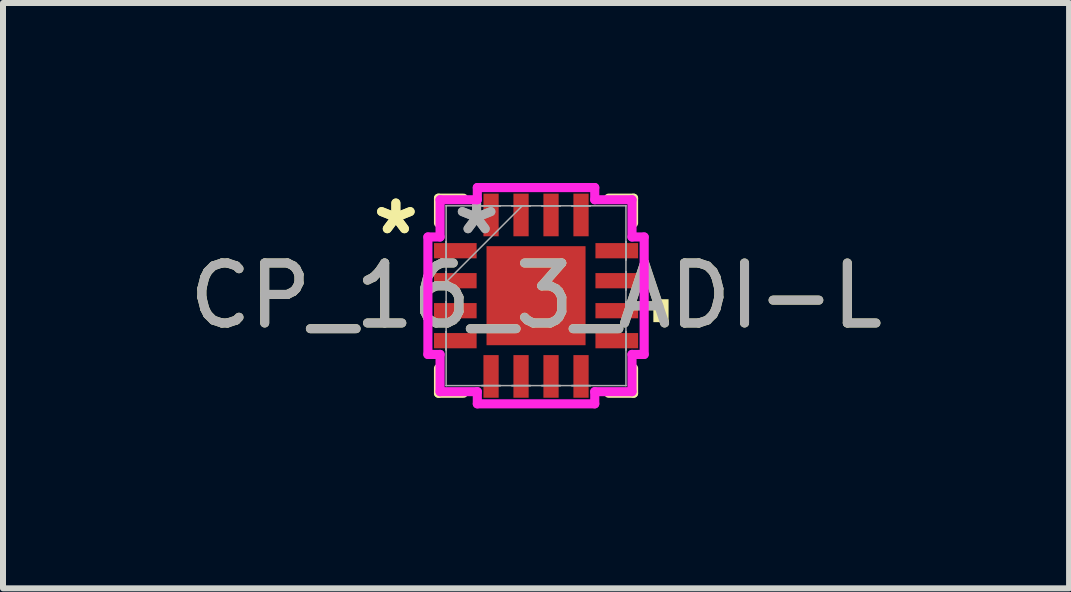
<source format=kicad_pcb>
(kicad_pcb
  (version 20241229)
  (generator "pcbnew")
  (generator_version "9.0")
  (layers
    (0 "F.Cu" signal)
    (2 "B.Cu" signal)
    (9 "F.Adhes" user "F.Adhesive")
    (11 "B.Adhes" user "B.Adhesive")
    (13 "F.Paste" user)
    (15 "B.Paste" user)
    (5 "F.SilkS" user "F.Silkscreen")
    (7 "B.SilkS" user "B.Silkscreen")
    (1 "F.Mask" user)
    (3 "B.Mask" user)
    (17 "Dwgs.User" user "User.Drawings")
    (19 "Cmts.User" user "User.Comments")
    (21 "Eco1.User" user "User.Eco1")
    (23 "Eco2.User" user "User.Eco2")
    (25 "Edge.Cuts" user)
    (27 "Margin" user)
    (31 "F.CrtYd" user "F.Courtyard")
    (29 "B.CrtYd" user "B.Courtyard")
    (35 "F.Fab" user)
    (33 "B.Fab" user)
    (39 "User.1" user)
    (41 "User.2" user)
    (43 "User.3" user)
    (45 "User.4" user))
  (footprint "CP_16_3_ADI-L"
    (layer "F.Cu")
    (at 5.887 1.88)
    (property "Reference" "CP_16_3_ADI-L" (at 0 0 0) (unlocked yes) (layer "F.SilkS") (effects (font (size 1 1) (thickness 0.15))))
    (attr smd)
    (fp_line (start -1.626 -1.626) (end -1.626 -1.21) (stroke (width 0.152) (type solid)) (layer "F.SilkS"))
    (fp_line (start -1.626 1.21) (end -1.626 1.626) (stroke (width 0.152) (type solid)) (layer "F.SilkS"))
    (fp_line (start -1.626 1.626) (end -1.21 1.626) (stroke (width 0.152) (type solid)) (layer "F.SilkS"))
    (fp_line (start -1.21 -1.626) (end -1.626 -1.626) (stroke (width 0.152) (type solid)) (layer "F.SilkS"))
    (fp_line (start 1.21 1.626) (end 1.626 1.626) (stroke (width 0.152) (type solid)) (layer "F.SilkS"))
    (fp_line (start 1.626 -1.626) (end 1.21 -1.626) (stroke (width 0.152) (type solid)) (layer "F.SilkS"))
    (fp_line (start 1.626 -1.21) (end 1.626 -1.626) (stroke (width 0.152) (type solid)) (layer "F.SilkS"))
    (fp_line (start 1.626 1.626) (end 1.626 1.21) (stroke (width 0.152) (type solid)) (layer "F.SilkS"))
    (fp_poly (pts (xy 2.21 0.059) (xy 2.21 0.441) (xy 1.956 0.441) (xy 1.956 0.059)) (stroke (width 0) (type solid)) (fill yes) (layer "F.SilkS"))
    (fp_line (start -1.803 -0.979) (end -1.6 -0.979) (stroke (width 0.152) (type solid)) (layer "F.CrtYd"))
    (fp_line (start -1.803 0.979) (end -1.803 -0.979) (stroke (width 0.152) (type solid)) (layer "F.CrtYd"))
    (fp_line (start -1.6 -1.6) (end -0.979 -1.6) (stroke (width 0.152) (type solid)) (layer "F.CrtYd"))
    (fp_line (start -1.6 -0.979) (end -1.6 -1.6) (stroke (width 0.152) (type solid)) (layer "F.CrtYd"))
    (fp_line (start -1.6 0.979) (end -1.803 0.979) (stroke (width 0.152) (type solid)) (layer "F.CrtYd"))
    (fp_line (start -1.6 1.6) (end -1.6 0.979) (stroke (width 0.152) (type solid)) (layer "F.CrtYd"))
    (fp_line (start -0.979 -1.803) (end 0.979 -1.803) (stroke (width 0.152) (type solid)) (layer "F.CrtYd"))
    (fp_line (start -0.979 -1.6) (end -0.979 -1.803) (stroke (width 0.152) (type solid)) (layer "F.CrtYd"))
    (fp_line (start -0.979 1.6) (end -1.6 1.6) (stroke (width 0.152) (type solid)) (layer "F.CrtYd"))
    (fp_line (start -0.979 1.803) (end -0.979 1.6) (stroke (width 0.152) (type solid)) (layer "F.CrtYd"))
    (fp_line (start 0.979 -1.803) (end 0.979 -1.6) (stroke (width 0.152) (type solid)) (layer "F.CrtYd"))
    (fp_line (start 0.979 -1.6) (end 1.6 -1.6) (stroke (width 0.152) (type solid)) (layer "F.CrtYd"))
    (fp_line (start 0.979 1.6) (end 0.979 1.803) (stroke (width 0.152) (type solid)) (layer "F.CrtYd"))
    (fp_line (start 0.979 1.803) (end -0.979 1.803) (stroke (width 0.152) (type solid)) (layer "F.CrtYd"))
    (fp_line (start 1.6 -1.6) (end 1.6 -0.979) (stroke (width 0.152) (type solid)) (layer "F.CrtYd"))
    (fp_line (start 1.6 -0.979) (end 1.803 -0.979) (stroke (width 0.152) (type solid)) (layer "F.CrtYd"))
    (fp_line (start 1.6 0.979) (end 1.6 1.6) (stroke (width 0.152) (type solid)) (layer "F.CrtYd"))
    (fp_line (start 1.6 1.6) (end 0.979 1.6) (stroke (width 0.152) (type solid)) (layer "F.CrtYd"))
    (fp_line (start 1.803 -0.979) (end 1.803 0.979) (stroke (width 0.152) (type solid)) (layer "F.CrtYd"))
    (fp_line (start 1.803 0.979) (end 1.6 0.979) (stroke (width 0.152) (type solid)) (layer "F.CrtYd"))
    (fp_line (start -1.499 -1.499) (end -1.499 -1.499) (stroke (width 0.025) (type solid)) (layer "F.Fab"))
    (fp_line (start -1.499 -1.499) (end -1.499 1.499) (stroke (width 0.025) (type solid)) (layer "F.Fab"))
    (fp_line (start -1.499 -0.902) (end -1.499 -0.902) (stroke (width 0.025) (type solid)) (layer "F.Fab"))
    (fp_line (start -1.499 -0.902) (end -1.499 -0.598) (stroke (width 0.025) (type solid)) (layer "F.Fab"))
    (fp_line (start -1.499 -0.598) (end -1.499 -0.902) (stroke (width 0.025) (type solid)) (layer "F.Fab"))
    (fp_line (start -1.499 -0.598) (end -1.499 -0.598) (stroke (width 0.025) (type solid)) (layer "F.Fab"))
    (fp_line (start -1.499 -0.402) (end -1.499 -0.402) (stroke (width 0.025) (type solid)) (layer "F.Fab"))
    (fp_line (start -1.499 -0.402) (end -1.499 -0.098) (stroke (width 0.025) (type solid)) (layer "F.Fab"))
    (fp_line (start -1.499 -0.229) (end -0.229 -1.499) (stroke (width 0.025) (type solid)) (layer "F.Fab"))
    (fp_line (start -1.499 -0.098) (end -1.499 -0.402) (stroke (width 0.025) (type solid)) (layer "F.Fab"))
    (fp_line (start -1.499 -0.098) (end -1.499 -0.098) (stroke (width 0.025) (type solid)) (layer "F.Fab"))
    (fp_line (start -1.499 0.098) (end -1.499 0.098) (stroke (width 0.025) (type solid)) (layer "F.Fab"))
    (fp_line (start -1.499 0.098) (end -1.499 0.402) (stroke (width 0.025) (type solid)) (layer "F.Fab"))
    (fp_line (start -1.499 0.402) (end -1.499 0.098) (stroke (width 0.025) (type solid)) (layer "F.Fab"))
    (fp_line (start -1.499 0.402) (end -1.499 0.402) (stroke (width 0.025) (type solid)) (layer "F.Fab"))
    (fp_line (start -1.499 0.598) (end -1.499 0.598) (stroke (width 0.025) (type solid)) (layer "F.Fab"))
    (fp_line (start -1.499 0.598) (end -1.499 0.902) (stroke (width 0.025) (type solid)) (layer "F.Fab"))
    (fp_line (start -1.499 0.902) (end -1.499 0.598) (stroke (width 0.025) (type solid)) (layer "F.Fab"))
    (fp_line (start -1.499 0.902) (end -1.499 0.902) (stroke (width 0.025) (type solid)) (layer "F.Fab"))
    (fp_line (start -1.499 1.499) (end -1.499 1.499) (stroke (width 0.025) (type solid)) (layer "F.Fab"))
    (fp_line (start -1.499 1.499) (end 1.499 1.499) (stroke (width 0.025) (type solid)) (layer "F.Fab"))
    (fp_line (start -0.902 -1.499) (end -0.902 -1.499) (stroke (width 0.025) (type solid)) (layer "F.Fab"))
    (fp_line (start -0.902 -1.499) (end -0.598 -1.499) (stroke (width 0.025) (type solid)) (layer "F.Fab"))
    (fp_line (start -0.902 1.499) (end -0.902 1.499) (stroke (width 0.025) (type solid)) (layer "F.Fab"))
    (fp_line (start -0.902 1.499) (end -0.598 1.499) (stroke (width 0.025) (type solid)) (layer "F.Fab"))
    (fp_line (start -0.598 -1.499) (end -0.902 -1.499) (stroke (width 0.025) (type solid)) (layer "F.Fab"))
    (fp_line (start -0.598 -1.499) (end -0.598 -1.499) (stroke (width 0.025) (type solid)) (layer "F.Fab"))
    (fp_line (start -0.598 1.499) (end -0.902 1.499) (stroke (width 0.025) (type solid)) (layer "F.Fab"))
    (fp_line (start -0.598 1.499) (end -0.598 1.499) (stroke (width 0.025) (type solid)) (layer "F.Fab"))
    (fp_line (start -0.402 -1.499) (end -0.402 -1.499) (stroke (width 0.025) (type solid)) (layer "F.Fab"))
    (fp_line (start -0.402 -1.499) (end -0.098 -1.499) (stroke (width 0.025) (type solid)) (layer "F.Fab"))
    (fp_line (start -0.402 1.499) (end -0.402 1.499) (stroke (width 0.025) (type solid)) (layer "F.Fab"))
    (fp_line (start -0.402 1.499) (end -0.098 1.499) (stroke (width 0.025) (type solid)) (layer "F.Fab"))
    (fp_line (start -0.098 -1.499) (end -0.402 -1.499) (stroke (width 0.025) (type solid)) (layer "F.Fab"))
    (fp_line (start -0.098 -1.499) (end -0.098 -1.499) (stroke (width 0.025) (type solid)) (layer "F.Fab"))
    (fp_line (start -0.098 1.499) (end -0.402 1.499) (stroke (width 0.025) (type solid)) (layer "F.Fab"))
    (fp_line (start -0.098 1.499) (end -0.098 1.499) (stroke (width 0.025) (type solid)) (layer "F.Fab"))
    (fp_line (start 0.098 -1.499) (end 0.098 -1.499) (stroke (width 0.025) (type solid)) (layer "F.Fab"))
    (fp_line (start 0.098 -1.499) (end 0.402 -1.499) (stroke (width 0.025) (type solid)) (layer "F.Fab"))
    (fp_line (start 0.098 1.499) (end 0.098 1.499) (stroke (width 0.025) (type solid)) (layer "F.Fab"))
    (fp_line (start 0.098 1.499) (end 0.402 1.499) (stroke (width 0.025) (type solid)) (layer "F.Fab"))
    (fp_line (start 0.402 -1.499) (end 0.098 -1.499) (stroke (width 0.025) (type solid)) (layer "F.Fab"))
    (fp_line (start 0.402 -1.499) (end 0.402 -1.499) (stroke (width 0.025) (type solid)) (layer "F.Fab"))
    (fp_line (start 0.402 1.499) (end 0.098 1.499) (stroke (width 0.025) (type solid)) (layer "F.Fab"))
    (fp_line (start 0.402 1.499) (end 0.402 1.499) (stroke (width 0.025) (type solid)) (layer "F.Fab"))
    (fp_line (start 0.598 -1.499) (end 0.598 -1.499) (stroke (width 0.025) (type solid)) (layer "F.Fab"))
    (fp_line (start 0.598 -1.499) (end 0.902 -1.499) (stroke (width 0.025) (type solid)) (layer "F.Fab"))
    (fp_line (start 0.598 1.499) (end 0.598 1.499) (stroke (width 0.025) (type solid)) (layer "F.Fab"))
    (fp_line (start 0.598 1.499) (end 0.902 1.499) (stroke (width 0.025) (type solid)) (layer "F.Fab"))
    (fp_line (start 0.902 -1.499) (end 0.598 -1.499) (stroke (width 0.025) (type solid)) (layer "F.Fab"))
    (fp_line (start 0.902 -1.499) (end 0.902 -1.499) (stroke (width 0.025) (type solid)) (layer "F.Fab"))
    (fp_line (start 0.902 1.499) (end 0.598 1.499) (stroke (width 0.025) (type solid)) (layer "F.Fab"))
    (fp_line (start 0.902 1.499) (end 0.902 1.499) (stroke (width 0.025) (type solid)) (layer "F.Fab"))
    (fp_line (start 1.499 -1.499) (end -1.499 -1.499) (stroke (width 0.025) (type solid)) (layer "F.Fab"))
    (fp_line (start 1.499 -1.499) (end 1.499 -1.499) (stroke (width 0.025) (type solid)) (layer "F.Fab"))
    (fp_line (start 1.499 -0.902) (end 1.499 -0.902) (stroke (width 0.025) (type solid)) (layer "F.Fab"))
    (fp_line (start 1.499 -0.902) (end 1.499 -0.598) (stroke (width 0.025) (type solid)) (layer "F.Fab"))
    (fp_line (start 1.499 -0.598) (end 1.499 -0.902) (stroke (width 0.025) (type solid)) (layer "F.Fab"))
    (fp_line (start 1.499 -0.598) (end 1.499 -0.598) (stroke (width 0.025) (type solid)) (layer "F.Fab"))
    (fp_line (start 1.499 -0.402) (end 1.499 -0.402) (stroke (width 0.025) (type solid)) (layer "F.Fab"))
    (fp_line (start 1.499 -0.402) (end 1.499 -0.098) (stroke (width 0.025) (type solid)) (layer "F.Fab"))
    (fp_line (start 1.499 -0.098) (end 1.499 -0.402) (stroke (width 0.025) (type solid)) (layer "F.Fab"))
    (fp_line (start 1.499 -0.098) (end 1.499 -0.098) (stroke (width 0.025) (type solid)) (layer "F.Fab"))
    (fp_line (start 1.499 0.098) (end 1.499 0.098) (stroke (width 0.025) (type solid)) (layer "F.Fab"))
    (fp_line (start 1.499 0.098) (end 1.499 0.402) (stroke (width 0.025) (type solid)) (layer "F.Fab"))
    (fp_line (start 1.499 0.402) (end 1.499 0.098) (stroke (width 0.025) (type solid)) (layer "F.Fab"))
    (fp_line (start 1.499 0.402) (end 1.499 0.402) (stroke (width 0.025) (type solid)) (layer "F.Fab"))
    (fp_line (start 1.499 0.598) (end 1.499 0.598) (stroke (width 0.025) (type solid)) (layer "F.Fab"))
    (fp_line (start 1.499 0.598) (end 1.499 0.902) (stroke (width 0.025) (type solid)) (layer "F.Fab"))
    (fp_line (start 1.499 0.902) (end 1.499 0.598) (stroke (width 0.025) (type solid)) (layer "F.Fab"))
    (fp_line (start 1.499 0.902) (end 1.499 0.902) (stroke (width 0.025) (type solid)) (layer "F.Fab"))
    (fp_line (start 1.499 1.499) (end 1.499 -1.499) (stroke (width 0.025) (type solid)) (layer "F.Fab"))
    (fp_line (start 1.499 1.499) (end 1.499 1.499) (stroke (width 0.025) (type solid)) (layer "F.Fab"))
    (fp_text user "*" (at -2.337 -1 0) (unlocked yes) (layer "F.SilkS") (effects (font (size 1 1) (thickness 0.15))))
    (fp_text user "*" (at -2.337 -1 0) (layer "F.SilkS") (effects (font (size 1 1) (thickness 0.15))))
    (fp_text user "*" (at -0.991 -1 0) (unlocked yes) (layer "F.Fab") (effects (font (size 1 1) (thickness 0.15))))
    (fp_text user "${REFERENCE}" (at 0 0 0) (unlocked yes) (layer "F.Fab") (effects (font (size 1 1) (thickness 0.15))))
    (fp_text user "*" (at -0.991 -1 0) (layer "F.Fab") (effects (font (size 1 1) (thickness 0.15))))
    (pad "1" smd rect (at -1.346 -0.75 90) (size 0.254 0.711) (layers "F.Cu" "F.Mask" "F.Paste"))
    (pad "2" smd rect (at -1.346 -0.25 90) (size 0.254 0.711) (layers "F.Cu" "F.Mask" "F.Paste"))
    (pad "3" smd rect (at -1.346 0.25 90) (size 0.254 0.711) (layers "F.Cu" "F.Mask" "F.Paste"))
    (pad "4" smd rect (at -1.346 0.75 90) (size 0.254 0.711) (layers "F.Cu" "F.Mask" "F.Paste"))
    (pad "5" smd rect (at -0.75 1.346) (size 0.254 0.711) (layers "F.Cu" "F.Mask" "F.Paste"))
    (pad "6" smd rect (at -0.25 1.346) (size 0.254 0.711) (layers "F.Cu" "F.Mask" "F.Paste"))
    (pad "7" smd rect (at 0.25 1.346) (size 0.254 0.711) (layers "F.Cu" "F.Mask" "F.Paste"))
    (pad "8" smd rect (at 0.75 1.346) (size 0.254 0.711) (layers "F.Cu" "F.Mask" "F.Paste"))
    (pad "9" smd rect (at 1.346 0.75 90) (size 0.254 0.711) (layers "F.Cu" "F.Mask" "F.Paste"))
    (pad "10" smd rect (at 1.346 0.25 90) (size 0.254 0.711) (layers "F.Cu" "F.Mask" "F.Paste"))
    (pad "11" smd rect (at 1.346 -0.25 90) (size 0.254 0.711) (layers "F.Cu" "F.Mask" "F.Paste"))
    (pad "12" smd rect (at 1.346 -0.75 90) (size 0.254 0.711) (layers "F.Cu" "F.Mask" "F.Paste"))
    (pad "13" smd rect (at 0.75 -1.346) (size 0.254 0.711) (layers "F.Cu" "F.Mask" "F.Paste"))
    (pad "14" smd rect (at 0.25 -1.346) (size 0.254 0.711) (layers "F.Cu" "F.Mask" "F.Paste"))
    (pad "15" smd rect (at -0.25 -1.346) (size 0.254 0.711) (layers "F.Cu" "F.Mask" "F.Paste"))
    (pad "16" smd rect (at -0.75 -1.346) (size 0.254 0.711) (layers "F.Cu" "F.Mask" "F.Paste"))
    (pad "17" smd rect (at 0 0) (size 1.651 1.651) (layers "F.Cu" "F.Mask" "F.Paste")))
  (gr_rect
    (start -3 -3)
    (end 14.774 6.759)
    (stroke (width 0.1) (type default))
    (fill no)
    (layer "Edge.Cuts")))
</source>
